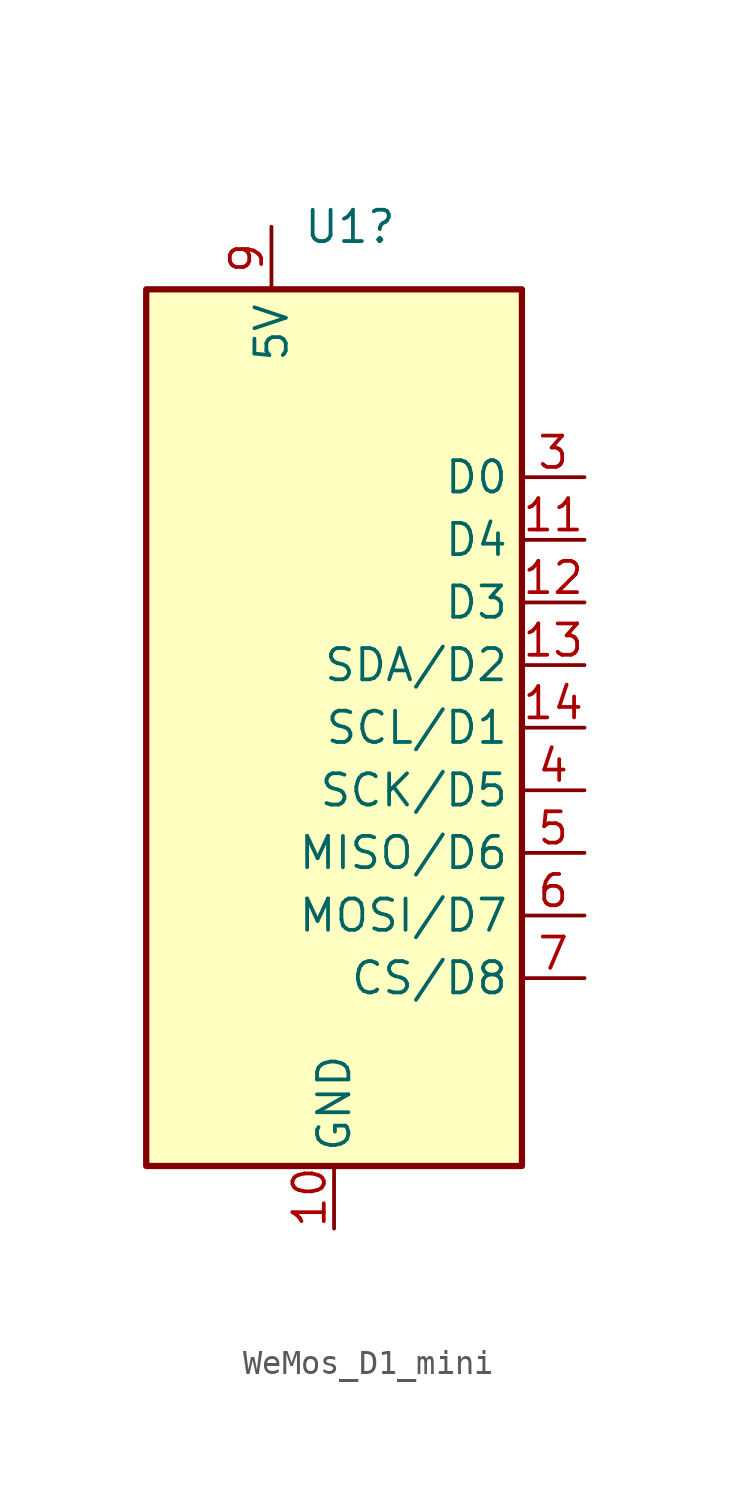
<source format=kicad_sym>
(kicad_symbol_lib
  (version 20211014)
  (generator kicad_symbol_editor)
  (symbol "WeMos_D1_mini"
    (property "Reference" "U1"
      (at -1.27 20.32 0)
      (effects (font (size 1.27 1.27)) (justify left)))
    (symbol "WeMos_D1_mini_1_1"
      (rectangle (start -7.62 17.78) (end 7.62 -17.78) (stroke (width 0.254) (type default) (color 0 0 0 0)) (fill (type background)))
      (pin power_in line (at 0 -20.32 90) (length 2.54) (name "GND" (effects (font (size 1.27 1.27)))) (number "10" (effects (font (size 1.27 1.27)))))
      (pin bidirectional line (at 10.16 7.62 180) (length 2.54) (name "D4" (effects (font (size 1.27 1.27)))) (number "11" (effects (font (size 1.27 1.27)))))
      (pin bidirectional line (at 10.16 5.08 180) (length 2.54) (name "D3" (effects (font (size 1.27 1.27)))) (number "12" (effects (font (size 1.27 1.27)))))
      (pin bidirectional line (at 10.16 2.54 180) (length 2.54) (name "SDA/D2" (effects (font (size 1.27 1.27)))) (number "13" (effects (font (size 1.27 1.27)))))
      (pin bidirectional line (at 10.16 0 180) (length 2.54) (name "SCL/D1" (effects (font (size 1.27 1.27)))) (number "14" (effects (font (size 1.27 1.27)))))
      (pin bidirectional line (at 10.16 10.16 180) (length 2.54) (name "D0" (effects (font (size 1.27 1.27)))) (number "3" (effects (font (size 1.27 1.27)))))
      (pin bidirectional line (at 10.16 -2.54 180) (length 2.54) (name "SCK/D5" (effects (font (size 1.27 1.27)))) (number "4" (effects (font (size 1.27 1.27)))))
      (pin bidirectional line (at 10.16 -5.08 180) (length 2.54) (name "MISO/D6" (effects (font (size 1.27 1.27)))) (number "5" (effects (font (size 1.27 1.27)))))
      (pin bidirectional line (at 10.16 -7.62 180) (length 2.54) (name "MOSI/D7" (effects (font (size 1.27 1.27)))) (number "6" (effects (font (size 1.27 1.27)))))
      (pin bidirectional line (at 10.16 -10.16 180) (length 2.54) (name "CS/D8" (effects (font (size 1.27 1.27)))) (number "7" (effects (font (size 1.27 1.27)))))
      (pin power_in line (at -2.54 20.32 270) (length 2.54) (name "5V" (effects (font (size 1.27 1.27)))) (number "9" (effects (font (size 1.27 1.27))))))))
</source>
